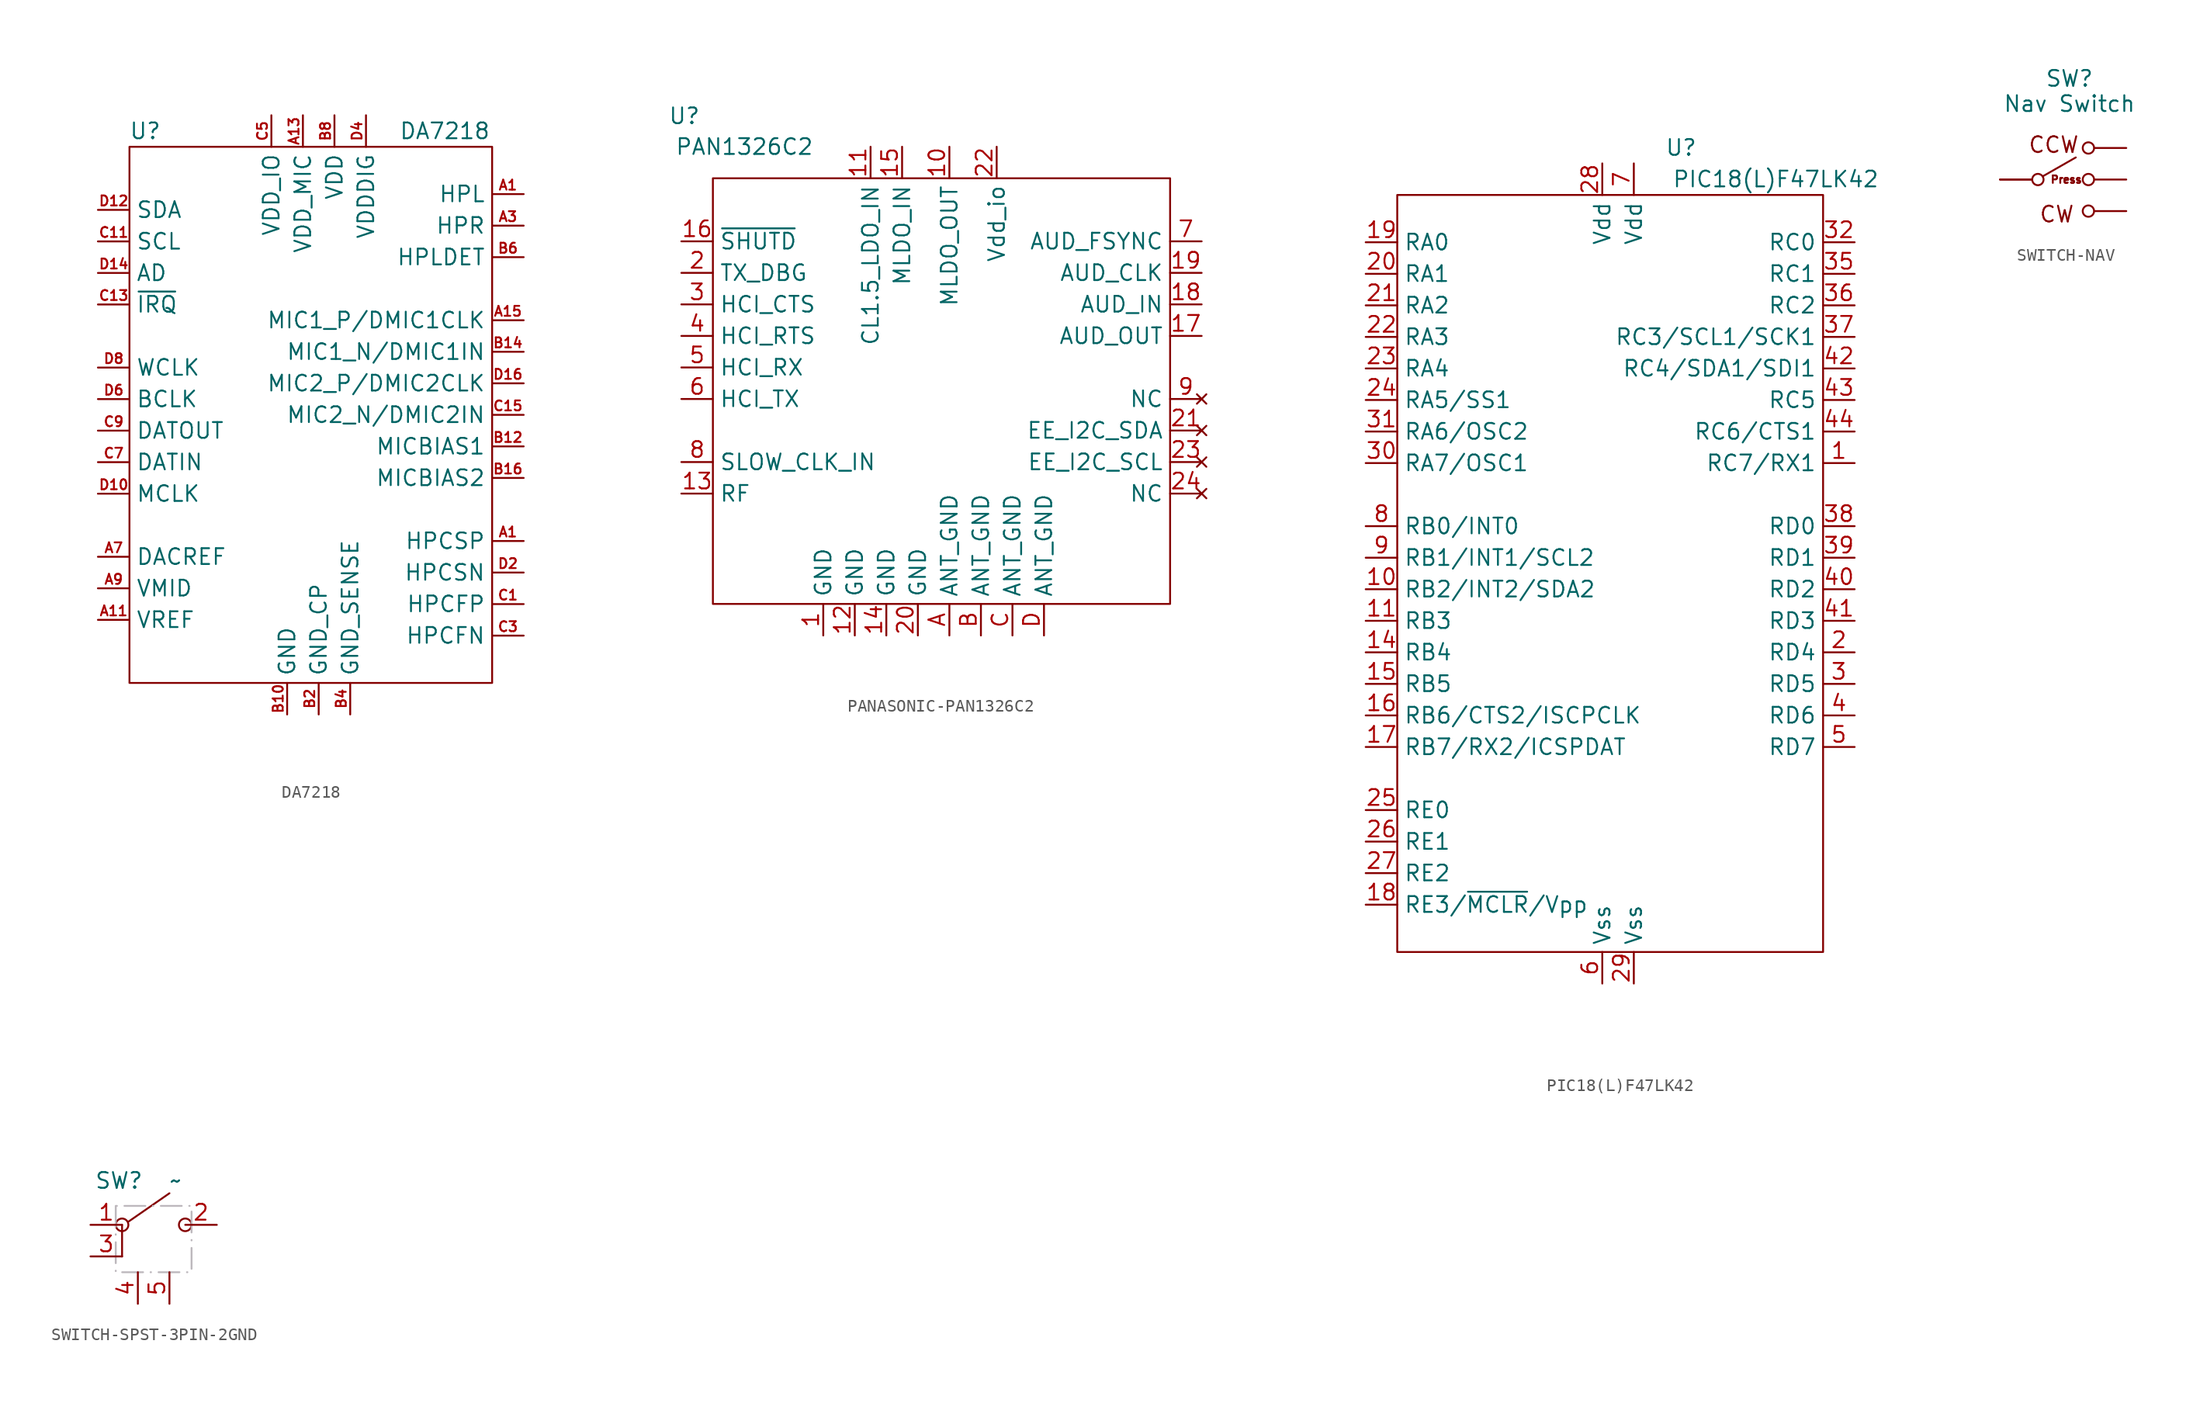
<source format=kicad_sym>
(kicad_symbol_lib
  (version 20220914)
  (generator kicad_symbol_editor)
  (symbol "DA7218"
    (property "Reference" "U"
      (at -13.97 21.59 0)
      (effects (font (size 1.27 1.27))))
    (property "Value" "DA7218"
      (at 10.16 21.59 0)
      (effects (font (size 1.27 1.27))))
    (symbol "DA7218_0_1"
      (rectangle (start -15.24 20.32) (end 13.97 -22.86) (stroke (width 0) (type default)) (fill (type none))))
    (symbol "DA7218_1_1"
      (pin bidirectional line (at 16.51 -11.43 180) (length 2.54) (name "HPCSP" (effects (font (size 1.27 1.27)))) (number "A1" (effects (font (size 0.8 0.8)))))
      (pin output line (at 16.51 16.51 180) (length 2.54) (name "HPL" (effects (font (size 1.27 1.27)))) (number "A1" (effects (font (size 0.8 0.8)))))
      (pin power_out line (at -17.78 -17.78 0) (length 2.54) (name "VREF" (effects (font (size 1.27 1.27)))) (number "A11" (effects (font (size 0.8 0.8)))))
      (pin power_in line (at -1.27 22.86 270) (length 2.54) (name "VDD_MIC" (effects (font (size 1.27 1.27)))) (number "A13" (effects (font (size 0.8 0.8)))))
      (pin bidirectional line (at 16.51 6.35 180) (length 2.54) (name "MIC1_P/DMIC1CLK" (effects (font (size 1.27 1.27)))) (number "A15" (effects (font (size 0.8 0.8)))))
      (pin output line (at 16.51 13.97 180) (length 2.54) (name "HPR" (effects (font (size 1.27 1.27)))) (number "A3" (effects (font (size 0.8 0.8)))))
      (pin power_out line (at -17.78 -12.7 0) (length 2.54) (name "DACREF" (effects (font (size 1.27 1.27)))) (number "A7" (effects (font (size 0.8 0.8)))))
      (pin power_out line (at -17.78 -15.24 0) (length 2.54) (name "VMID" (effects (font (size 1.27 1.27)))) (number "A9" (effects (font (size 0.8 0.8)))))
      (pin power_in line (at -2.54 -25.4 90) (length 2.54) (name "GND" (effects (font (size 1.27 1.27)))) (number "B10" (effects (font (size 0.8 0.8)))))
      (pin output line (at 16.51 -3.81 180) (length 2.54) (name "MICBIAS1" (effects (font (size 1.27 1.27)))) (number "B12" (effects (font (size 0.8 0.8)))))
      (pin bidirectional line (at 16.51 3.81 180) (length 2.54) (name "MIC1_N/DMIC1IN" (effects (font (size 1.27 1.27)))) (number "B14" (effects (font (size 0.8 0.8)))))
      (pin output line (at 16.51 -6.35 180) (length 2.54) (name "MICBIAS2" (effects (font (size 1.27 1.27)))) (number "B16" (effects (font (size 0.8 0.8)))))
      (pin power_in line (at 0 -25.4 90) (length 2.54) (name "GND_CP" (effects (font (size 1.27 1.27)))) (number "B2" (effects (font (size 0.8 0.8)))))
      (pin input line (at 2.54 -25.4 90) (length 2.54) (name "GND_SENSE" (effects (font (size 1.27 1.27)))) (number "B4" (effects (font (size 0.8 0.8)))))
      (pin input line (at 16.51 11.43 180) (length 2.54) (name "HPLDET" (effects (font (size 1.27 1.27)))) (number "B6" (effects (font (size 0.8 0.8)))))
      (pin power_in line (at 1.27 22.86 270) (length 2.54) (name "VDD" (effects (font (size 1.27 1.27)))) (number "B8" (effects (font (size 0.8 0.8)))))
      (pin bidirectional line (at 16.51 -16.51 180) (length 2.54) (name "HPCFP" (effects (font (size 1.27 1.27)))) (number "C1" (effects (font (size 0.8 0.8)))))
      (pin bidirectional line (at -17.78 12.7 0) (length 2.54) (name "SCL" (effects (font (size 1.27 1.27)))) (number "C11" (effects (font (size 0.8 0.8)))))
      (pin open_collector line (at -17.78 7.62 0) (length 2.54) (name "~{IRQ}" (effects (font (size 1.27 1.27)))) (number "C13" (effects (font (size 0.8 0.8)))))
      (pin bidirectional line (at 16.51 -1.27 180) (length 2.54) (name "MIC2_N/DMIC2IN" (effects (font (size 1.27 1.27)))) (number "C15" (effects (font (size 0.8 0.8)))))
      (pin bidirectional line (at 16.51 -19.05 180) (length 2.54) (name "HPCFN" (effects (font (size 1.27 1.27)))) (number "C3" (effects (font (size 0.8 0.8)))))
      (pin power_in line (at -3.81 22.86 270) (length 2.54) (name "VDD_IO" (effects (font (size 1.27 1.27)))) (number "C5" (effects (font (size 0.8 0.8)))))
      (pin input line (at -17.78 -5.08 0) (length 2.54) (name "DATIN" (effects (font (size 1.27 1.27)))) (number "C7" (effects (font (size 0.8 0.8)))))
      (pin output line (at -17.78 -2.54 0) (length 2.54) (name "DATOUT" (effects (font (size 1.27 1.27)))) (number "C9" (effects (font (size 0.8 0.8)))))
      (pin input line (at -17.78 -7.62 0) (length 2.54) (name "MCLK" (effects (font (size 1.27 1.27)))) (number "D10" (effects (font (size 0.8 0.8)))))
      (pin bidirectional line (at -17.78 15.24 0) (length 2.54) (name "SDA" (effects (font (size 1.27 1.27)))) (number "D12" (effects (font (size 0.8 0.8)))))
      (pin input line (at -17.78 10.16 0) (length 2.54) (name "AD" (effects (font (size 1.27 1.27)))) (number "D14" (effects (font (size 0.8 0.8)))))
      (pin bidirectional line (at 16.51 1.27 180) (length 2.54) (name "MIC2_P/DMIC2CLK" (effects (font (size 1.27 1.27)))) (number "D16" (effects (font (size 0.8 0.8)))))
      (pin bidirectional line (at 16.51 -13.97 180) (length 2.54) (name "HPCSN" (effects (font (size 1.27 1.27)))) (number "D2" (effects (font (size 0.8 0.8)))))
      (pin power_out line (at 3.81 22.86 270) (length 2.54) (name "VDDDIG" (effects (font (size 1.27 1.27)))) (number "D4" (effects (font (size 0.8 0.8)))))
      (pin bidirectional line (at -17.78 0 0) (length 2.54) (name "BCLK" (effects (font (size 1.27 1.27)))) (number "D6" (effects (font (size 0.8 0.8)))))
      (pin bidirectional line (at -17.78 2.54 0) (length 2.54) (name "WCLK" (effects (font (size 1.27 1.27)))) (number "D8" (effects (font (size 0.8 0.8)))))))
  (symbol "PANASONIC-PAN1326C2"
    (property "Reference" "U"
      (at 0.239 10.097 0)
      (effects (font (size 1.27 1.27))))
    (property "Value" "PAN1326C2"
      (at 5.08 7.62 0)
      (effects (font (size 1.27 1.27))))
    (symbol "PANASONIC-PAN1326C2_0_1"
      (rectangle (start 2.54 5.08) (end 39.37 -29.21) (stroke (width 0) (type default)) (fill (type none))))
    (symbol "PANASONIC-PAN1326C2_1_1"
      (pin power_in line (at 11.43 -31.75 90) (length 2.54) (name "GND" (effects (font (size 1.27 1.27)))) (number "1" (effects (font (size 1.27 1.27)))))
      (pin power_out line (at 21.59 7.62 270) (length 2.54) (name "MLDO_OUT" (effects (font (size 1.27 1.27)))) (number "10" (effects (font (size 1.27 1.27)))))
      (pin power_in line (at 15.24 7.62 270) (length 2.54) (name "CL1.5_LDO_IN" (effects (font (size 1.27 1.27)))) (number "11" (effects (font (size 1.27 1.27)))))
      (pin power_in line (at 13.97 -31.75 90) (length 2.54) (name "GND" (effects (font (size 1.27 1.27)))) (number "12" (effects (font (size 1.27 1.27)))))
      (pin bidirectional line (at 0 -20.32 0) (length 2.54) (name "RF" (effects (font (size 1.27 1.27)))) (number "13" (effects (font (size 1.27 1.27)))))
      (pin power_in line (at 16.51 -31.75 90) (length 2.54) (name "GND" (effects (font (size 1.27 1.27)))) (number "14" (effects (font (size 1.27 1.27)))))
      (pin power_in line (at 17.78 7.62 270) (length 2.54) (name "MLDO_IN" (effects (font (size 1.27 1.27)))) (number "15" (effects (font (size 1.27 1.27)))))
      (pin input line (at 0 0 0) (length 2.54) (name "~{SHUTD}" (effects (font (size 1.27 1.27)))) (number "16" (effects (font (size 1.27 1.27)))))
      (pin output line (at 41.91 -7.62 180) (length 2.54) (name "AUD_OUT" (effects (font (size 1.27 1.27)))) (number "17" (effects (font (size 1.27 1.27)))))
      (pin input line (at 41.91 -5.08 180) (length 2.54) (name "AUD_IN" (effects (font (size 1.27 1.27)))) (number "18" (effects (font (size 1.27 1.27)))))
      (pin bidirectional line (at 41.91 -2.54 180) (length 2.54) (name "AUD_CLK" (effects (font (size 1.27 1.27)))) (number "19" (effects (font (size 1.27 1.27)))))
      (pin output line (at 0 -2.54 0) (length 2.54) (name "TX_DBG" (effects (font (size 1.27 1.27)))) (number "2" (effects (font (size 1.27 1.27)))))
      (pin power_in line (at 19.05 -31.75 90) (length 2.54) (name "GND" (effects (font (size 1.27 1.27)))) (number "20" (effects (font (size 1.27 1.27)))))
      (pin no_connect line (at 41.91 -15.24 180) (length 2.54) (name "EE_I2C_SDA" (effects (font (size 1.27 1.27)))) (number "21" (effects (font (size 1.27 1.27)))))
      (pin power_in line (at 25.4 7.62 270) (length 2.54) (name "Vdd_io" (effects (font (size 1.27 1.27)))) (number "22" (effects (font (size 1.27 1.27)))))
      (pin no_connect line (at 41.91 -17.78 180) (length 2.54) (name "EE_I2C_SCL" (effects (font (size 1.27 1.27)))) (number "23" (effects (font (size 1.27 1.27)))))
      (pin no_connect line (at 41.91 -20.32 180) (length 2.54) (name "NC" (effects (font (size 1.27 1.27)))) (number "24" (effects (font (size 1.27 1.27)))))
      (pin input line (at 0 -5.08 0) (length 2.54) (name "HCI_CTS" (effects (font (size 1.27 1.27)))) (number "3" (effects (font (size 1.27 1.27)))))
      (pin output line (at 0 -7.62 0) (length 2.54) (name "HCI_RTS" (effects (font (size 1.27 1.27)))) (number "4" (effects (font (size 1.27 1.27)))))
      (pin input line (at 0 -10.16 0) (length 2.54) (name "HCI_RX" (effects (font (size 1.27 1.27)))) (number "5" (effects (font (size 1.27 1.27)))))
      (pin output line (at 0 -12.7 0) (length 2.54) (name "HCI_TX" (effects (font (size 1.27 1.27)))) (number "6" (effects (font (size 1.27 1.27)))))
      (pin bidirectional line (at 41.91 0 180) (length 2.54) (name "AUD_FSYNC" (effects (font (size 1.27 1.27)))) (number "7" (effects (font (size 1.27 1.27)))))
      (pin input line (at 0 -17.78 0) (length 2.54) (name "SLOW_CLK_IN" (effects (font (size 1.27 1.27)))) (number "8" (effects (font (size 1.27 1.27)))))
      (pin no_connect line (at 41.91 -12.7 180) (length 2.54) (name "NC" (effects (font (size 1.27 1.27)))) (number "9" (effects (font (size 1.27 1.27)))))
      (pin power_in line (at 21.59 -31.75 90) (length 2.54) (name "ANT_GND" (effects (font (size 1.27 1.27)))) (number "A" (effects (font (size 1.27 1.27)))))
      (pin power_in line (at 24.13 -31.75 90) (length 2.54) (name "ANT_GND" (effects (font (size 1.27 1.27)))) (number "B" (effects (font (size 1.27 1.27)))))
      (pin power_in line (at 26.67 -31.75 90) (length 2.54) (name "ANT_GND" (effects (font (size 1.27 1.27)))) (number "C" (effects (font (size 1.27 1.27)))))
      (pin power_in line (at 29.21 -31.75 90) (length 2.54) (name "ANT_GND" (effects (font (size 1.27 1.27)))) (number "D" (effects (font (size 1.27 1.27)))))))
  (symbol "PIC18(L)F47LK42"
    (property "Reference" "U"
      (at 22.86 6.35 0)
      (effects (font (size 1.27 1.27))))
    (property "Value" "PIC18(L)F47LK42"
      (at 30.48 3.81 0)
      (effects (font (size 1.27 1.27))))
    (symbol "PIC18(L)F47LK42_0_1"
      (rectangle (start 0 2.54) (end 34.29 -58.42) (stroke (width 0) (type default)) (fill (type none))))
    (symbol "PIC18(L)F47LK42_1_1"
      (pin bidirectional line (at 36.83 -19.05 180) (length 2.54) (name "RC7/RX1" (effects (font (size 1.27 1.27)))) (number "1" (effects (font (size 1.27 1.27)))))
      (pin bidirectional line (at -2.54 -29.21 0) (length 2.54) (name "RB2/INT2/SDA2" (effects (font (size 1.27 1.27)))) (number "10" (effects (font (size 1.27 1.27)))))
      (pin bidirectional line (at -2.54 -31.75 0) (length 2.54) (name "RB3" (effects (font (size 1.27 1.27)))) (number "11" (effects (font (size 1.27 1.27)))))
      (pin bidirectional line (at -2.54 -34.29 0) (length 2.54) (name "RB4" (effects (font (size 1.27 1.27)))) (number "14" (effects (font (size 1.27 1.27)))))
      (pin bidirectional line (at -2.54 -36.83 0) (length 2.54) (name "RB5" (effects (font (size 1.27 1.27)))) (number "15" (effects (font (size 1.27 1.27)))))
      (pin bidirectional line (at -2.54 -39.37 0) (length 2.54) (name "RB6/CTS2/ISCPCLK" (effects (font (size 1.27 1.27)))) (number "16" (effects (font (size 1.27 1.27)))))
      (pin bidirectional line (at -2.54 -41.91 0) (length 2.54) (name "RB7/RX2/ICSPDAT" (effects (font (size 1.27 1.27)))) (number "17" (effects (font (size 1.27 1.27)))))
      (pin bidirectional line (at -2.54 -54.61 0) (length 2.54) (name "RE3/~{MCLR}/Vpp" (effects (font (size 1.27 1.27)))) (number "18" (effects (font (size 1.27 1.27)))))
      (pin bidirectional line (at -2.54 -1.27 0) (length 2.54) (name "RA0" (effects (font (size 1.27 1.27)))) (number "19" (effects (font (size 1.27 1.27)))))
      (pin bidirectional line (at 36.83 -34.29 180) (length 2.54) (name "RD4" (effects (font (size 1.27 1.27)))) (number "2" (effects (font (size 1.27 1.27)))))
      (pin bidirectional line (at -2.54 -3.81 0) (length 2.54) (name "RA1" (effects (font (size 1.27 1.27)))) (number "20" (effects (font (size 1.27 1.27)))))
      (pin bidirectional line (at -2.54 -6.35 0) (length 2.54) (name "RA2" (effects (font (size 1.27 1.27)))) (number "21" (effects (font (size 1.27 1.27)))))
      (pin bidirectional line (at -2.54 -8.89 0) (length 2.54) (name "RA3" (effects (font (size 1.27 1.27)))) (number "22" (effects (font (size 1.27 1.27)))))
      (pin bidirectional line (at -2.54 -11.43 0) (length 2.54) (name "RA4" (effects (font (size 1.27 1.27)))) (number "23" (effects (font (size 1.27 1.27)))))
      (pin bidirectional line (at -2.54 -13.97 0) (length 2.54) (name "RA5/SS1" (effects (font (size 1.27 1.27)))) (number "24" (effects (font (size 1.27 1.27)))))
      (pin bidirectional line (at -2.54 -46.99 0) (length 2.54) (name "RE0" (effects (font (size 1.27 1.27)))) (number "25" (effects (font (size 1.27 1.27)))))
      (pin bidirectional line (at -2.54 -49.53 0) (length 2.54) (name "RE1" (effects (font (size 1.27 1.27)))) (number "26" (effects (font (size 1.27 1.27)))))
      (pin bidirectional line (at -2.54 -52.07 0) (length 2.54) (name "RE2" (effects (font (size 1.27 1.27)))) (number "27" (effects (font (size 1.27 1.27)))))
      (pin power_in line (at 16.51 5.08 270) (length 2.54) (name "Vdd" (effects (font (size 1.27 1.27)))) (number "28" (effects (font (size 1.27 1.27)))))
      (pin power_in line (at 19.05 -60.96 90) (length 2.54) (name "Vss" (effects (font (size 1.27 1.27)))) (number "29" (effects (font (size 1.27 1.27)))))
      (pin bidirectional line (at 36.83 -36.83 180) (length 2.54) (name "RD5" (effects (font (size 1.27 1.27)))) (number "3" (effects (font (size 1.27 1.27)))))
      (pin bidirectional line (at -2.54 -19.05 0) (length 2.54) (name "RA7/OSC1" (effects (font (size 1.27 1.27)))) (number "30" (effects (font (size 1.27 1.27)))))
      (pin bidirectional line (at -2.54 -16.51 0) (length 2.54) (name "RA6/OSC2" (effects (font (size 1.27 1.27)))) (number "31" (effects (font (size 1.27 1.27)))))
      (pin bidirectional line (at 36.83 -1.27 180) (length 2.54) (name "RC0" (effects (font (size 1.27 1.27)))) (number "32" (effects (font (size 1.27 1.27)))))
      (pin bidirectional line (at 36.83 -3.81 180) (length 2.54) (name "RC1" (effects (font (size 1.27 1.27)))) (number "35" (effects (font (size 1.27 1.27)))))
      (pin bidirectional line (at 36.83 -6.35 180) (length 2.54) (name "RC2" (effects (font (size 1.27 1.27)))) (number "36" (effects (font (size 1.27 1.27)))))
      (pin bidirectional line (at 36.83 -8.89 180) (length 2.54) (name "RC3/SCL1/SCK1" (effects (font (size 1.27 1.27)))) (number "37" (effects (font (size 1.27 1.27)))))
      (pin bidirectional line (at 36.83 -24.13 180) (length 2.54) (name "RD0" (effects (font (size 1.27 1.27)))) (number "38" (effects (font (size 1.27 1.27)))))
      (pin bidirectional line (at 36.83 -26.67 180) (length 2.54) (name "RD1" (effects (font (size 1.27 1.27)))) (number "39" (effects (font (size 1.27 1.27)))))
      (pin bidirectional line (at 36.83 -39.37 180) (length 2.54) (name "RD6" (effects (font (size 1.27 1.27)))) (number "4" (effects (font (size 1.27 1.27)))))
      (pin bidirectional line (at 36.83 -29.21 180) (length 2.54) (name "RD2" (effects (font (size 1.27 1.27)))) (number "40" (effects (font (size 1.27 1.27)))))
      (pin bidirectional line (at 36.83 -31.75 180) (length 2.54) (name "RD3" (effects (font (size 1.27 1.27)))) (number "41" (effects (font (size 1.27 1.27)))))
      (pin bidirectional line (at 36.83 -11.43 180) (length 2.54) (name "RC4/SDA1/SDI1" (effects (font (size 1.27 1.27)))) (number "42" (effects (font (size 1.27 1.27)))))
      (pin bidirectional line (at 36.83 -13.97 180) (length 2.54) (name "RC5" (effects (font (size 1.27 1.27)))) (number "43" (effects (font (size 1.27 1.27)))))
      (pin bidirectional line (at 36.83 -16.51 180) (length 2.54) (name "RC6/CTS1" (effects (font (size 1.27 1.27)))) (number "44" (effects (font (size 1.27 1.27)))))
      (pin bidirectional line (at 36.83 -41.91 180) (length 2.54) (name "RD7" (effects (font (size 1.27 1.27)))) (number "5" (effects (font (size 1.27 1.27)))))
      (pin power_in line (at 16.51 -60.96 90) (length 2.54) (name "Vss" (effects (font (size 1.27 1.27)))) (number "6" (effects (font (size 1.27 1.27)))))
      (pin power_in line (at 19.05 5.08 270) (length 2.54) (name "Vdd" (effects (font (size 1.27 1.27)))) (number "7" (effects (font (size 1.27 1.27)))))
      (pin bidirectional line (at -2.54 -24.13 0) (length 2.54) (name "RB0/INT0" (effects (font (size 1.27 1.27)))) (number "8" (effects (font (size 1.27 1.27)))))
      (pin bidirectional line (at -2.54 -26.67 0) (length 2.54) (name "RB1/INT1/SCL2" (effects (font (size 1.27 1.27)))) (number "9" (effects (font (size 1.27 1.27)))))))
  (symbol "SWITCH-NAV"
    (pin_numbers hide)
    (pin_names hide)
    (property "Reference" "SW"
      (at 5.588 8.128 0)
      (effects (font (size 1.27 1.27))))
    (property "Value" "Nav Switch"
      (at 5.588 6.096 0)
      (effects (font (size 1.27 1.27))))
    (symbol "SWITCH-NAV_0_1"
      (polyline (pts (xy 3.429 0.254) (xy 6.096 1.778)) (stroke (width 0) (type default)) (fill (type none)))
      (circle (center 3.048 0) (radius 0.457) (stroke (width 0) (type default)) (fill (type none)))
      (circle (center 7.112 -2.54) (radius 0.457) (stroke (width 0) (type default)) (fill (type none)))
      (circle (center 7.112 0) (radius 0.457) (stroke (width 0) (type default)) (fill (type none)))
      (circle (center 7.112 2.54) (radius 0.457) (stroke (width 0) (type default)) (fill (type none))))
    (symbol "SWITCH-NAV_1_1"
      (text "CCW" (at 4.318 2.794 0) (effects (font (size 1.27 1.27))))
      (text "CW" (at 4.572 -2.794 0) (effects (font (size 1.27 1.27))))
      (text "Press" (at 5.334 0 0) (effects (font (size 0.6 0.6))))
      (pin passive line (at 10.16 2.54 180) (length 2.54) (name "1" (effects (font (size 1.27 1.27)))) (number "1" (effects (font (size 1.27 1.27)))))
      (pin passive line (at 10.16 -2.54 180) (length 2.54) (name "2" (effects (font (size 1.27 1.27)))) (number "2" (effects (font (size 1.27 1.27)))))
      (pin passive line (at 0 0 0) (length 2.54) (name "C1" (effects (font (size 1.27 1.27)))) (number "C1" (effects (font (size 1.27 1.27)))))
      (pin passive line (at 0 0 0) (length 2.54) (name "C2" (effects (font (size 1.27 1.27)))) (number "C2" (effects (font (size 1.27 1.27)))))
      (pin passive line (at 10.16 0 180) (length 2.54) (name "T" (effects (font (size 1.27 1.27)))) (number "T" (effects (font (size 1.27 1.27)))))))
  (symbol "SWITCH-SPST-3PIN-2GND"
    (pin_names hide)
    (property "Reference" "SW"
      (at -2.794 2.286 0)
      (effects (font (size 1.27 1.27))))
    (property "Value" "~"
      (at 1.778 2.286 0)
      (effects (font (size 1.27 1.27))))
    (symbol "SWITCH-SPST-3PIN-2GND_0_0"
      (circle (center -2.54 -1.27) (radius 0.508) (stroke (width 0) (type default)) (fill (type none)))
      (polyline (pts (xy -2.032 -1.016) (xy 1.27 1.27)) (stroke (width 0) (type default)) (fill (type none)))
      (circle (center 2.54 -1.27) (radius 0.508) (stroke (width 0) (type default)) (fill (type none))))
    (symbol "SWITCH-SPST-3PIN-2GND_0_1"
      (polyline (pts (xy -2.54 -1.27) (xy -2.54 -3.81)) (stroke (width 0) (type default)) (fill (type none))))
    (symbol "SWITCH-SPST-3PIN-2GND_1_1"
      (polyline (pts (xy -3.048 0.254) (xy -3.048 -5.08) (xy 3.048 -5.08) (xy 3.048 0.254) (xy -3.048 0.254)) (stroke (width 0) (type dash_dot) (color 189 184 189 1)) (fill (type none)))
      (pin passive line (at -5.08 -1.27 0) (length 2.54) (name "A" (effects (font (size 1.27 1.27)))) (number "1" (effects (font (size 1.27 1.27)))))
      (pin passive line (at 5.08 -1.27 180) (length 2.54) (name "B" (effects (font (size 1.27 1.27)))) (number "2" (effects (font (size 1.27 1.27)))))
      (pin passive line (at -5.08 -3.81 0) (length 2.54) (name "AA" (effects (font (size 1.27 1.27)))) (number "3" (effects (font (size 1.27 1.27)))))
      (pin passive line (at -1.27 -7.62 90) (length 2.54) (name "GND" (effects (font (size 1.27 1.27)))) (number "4" (effects (font (size 1.27 1.27)))))
      (pin passive line (at 1.27 -7.62 90) (length 2.54) (name "GND" (effects (font (size 1.27 1.27)))) (number "5" (effects (font (size 1.27 1.27))))))))
</source>
